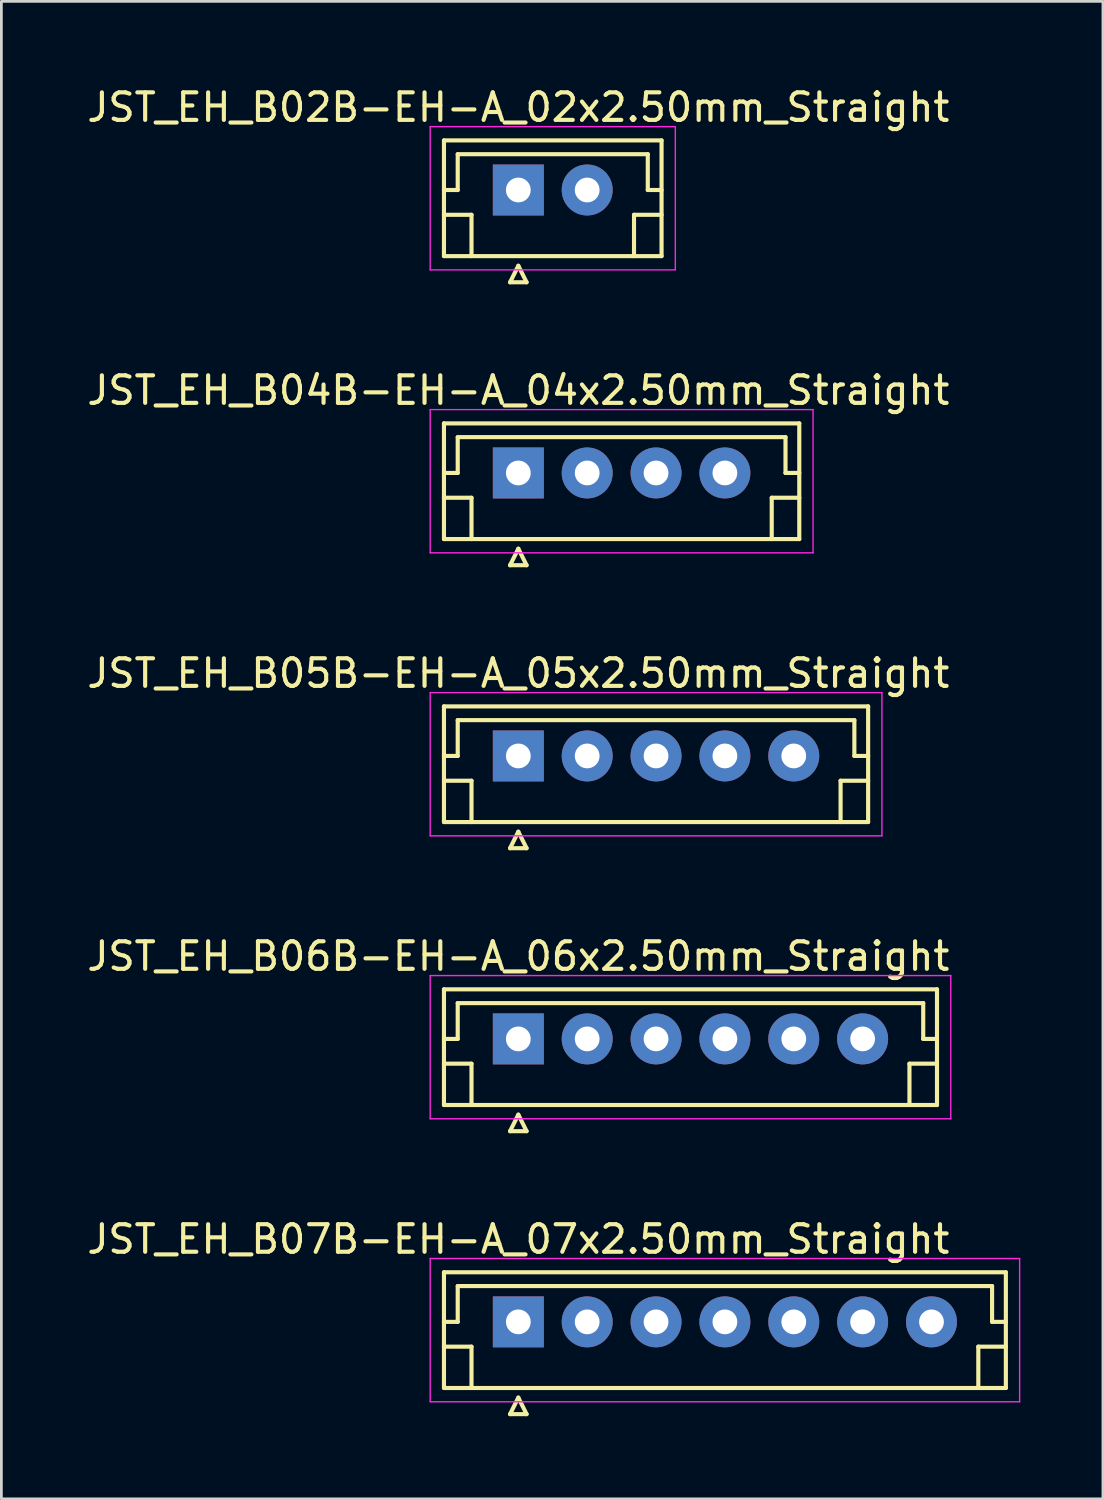
<source format=kicad_pcb>
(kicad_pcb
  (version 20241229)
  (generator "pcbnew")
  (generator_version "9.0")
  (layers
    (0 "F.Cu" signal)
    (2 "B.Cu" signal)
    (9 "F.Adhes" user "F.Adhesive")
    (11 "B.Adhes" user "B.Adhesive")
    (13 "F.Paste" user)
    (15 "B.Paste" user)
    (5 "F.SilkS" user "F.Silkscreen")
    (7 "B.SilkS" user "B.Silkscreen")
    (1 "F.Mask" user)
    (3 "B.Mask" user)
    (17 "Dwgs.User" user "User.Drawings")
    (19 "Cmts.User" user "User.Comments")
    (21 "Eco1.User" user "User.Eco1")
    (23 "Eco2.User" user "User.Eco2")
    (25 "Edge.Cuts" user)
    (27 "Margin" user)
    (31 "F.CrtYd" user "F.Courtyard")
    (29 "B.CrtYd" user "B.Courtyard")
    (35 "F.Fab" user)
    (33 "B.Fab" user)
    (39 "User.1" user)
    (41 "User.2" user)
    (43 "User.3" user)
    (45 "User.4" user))
  (footprint "JST_EH_B02B-EH-A_02x2.50mm_Straight"
    (layer "F.Cu")
    (at 15.768 3.848)
    (property "Reference" "JST_EH_B02B-EH-A_02x2.50mm_Straight" (at 0 -3 0) (layer "F.SilkS") (effects (font (size 1 1) (thickness 0.15))))
    (attr through_hole)
    (fp_line (start -2.7 -1.8) (end -2.7 2.4) (stroke (width 0.15) (type solid)) (layer "F.SilkS"))
    (fp_line (start -2.7 0) (end -2.2 0) (stroke (width 0.15) (type solid)) (layer "F.SilkS"))
    (fp_line (start -2.7 0.9) (end -1.7 0.9) (stroke (width 0.15) (type solid)) (layer "F.SilkS"))
    (fp_line (start -2.7 2.4) (end 5.2 2.4) (stroke (width 0.15) (type solid)) (layer "F.SilkS"))
    (fp_line (start -2.2 -1.3) (end 4.7 -1.3) (stroke (width 0.15) (type solid)) (layer "F.SilkS"))
    (fp_line (start -2.2 0) (end -2.2 -1.3) (stroke (width 0.15) (type solid)) (layer "F.SilkS"))
    (fp_line (start -1.7 0.9) (end -1.7 2.4) (stroke (width 0.15) (type solid)) (layer "F.SilkS"))
    (fp_line (start -0.3 3.35) (end 0.3 3.35) (stroke (width 0.15) (type solid)) (layer "F.SilkS"))
    (fp_line (start 0 2.75) (end -0.3 3.35) (stroke (width 0.15) (type solid)) (layer "F.SilkS"))
    (fp_line (start 0.3 3.35) (end 0 2.75) (stroke (width 0.15) (type solid)) (layer "F.SilkS"))
    (fp_line (start 4.2 0.9) (end 4.2 2.4) (stroke (width 0.15) (type solid)) (layer "F.SilkS"))
    (fp_line (start 4.7 -1.3) (end 4.7 0) (stroke (width 0.15) (type solid)) (layer "F.SilkS"))
    (fp_line (start 4.7 0) (end 5.2 0) (stroke (width 0.15) (type solid)) (layer "F.SilkS"))
    (fp_line (start 5.2 -1.8) (end -2.7 -1.8) (stroke (width 0.15) (type solid)) (layer "F.SilkS"))
    (fp_line (start 5.2 0.9) (end 4.2 0.9) (stroke (width 0.15) (type solid)) (layer "F.SilkS"))
    (fp_line (start 5.2 2.4) (end 5.2 -1.8) (stroke (width 0.15) (type solid)) (layer "F.SilkS"))
    (fp_line (start -3.2 -2.3) (end -3.2 2.9) (stroke (width 0.05) (type solid)) (layer "F.CrtYd"))
    (fp_line (start -3.2 2.9) (end 5.7 2.9) (stroke (width 0.05) (type solid)) (layer "F.CrtYd"))
    (fp_line (start 5.7 -2.3) (end -3.2 -2.3) (stroke (width 0.05) (type solid)) (layer "F.CrtYd"))
    (fp_line (start 5.7 2.9) (end 5.7 -2.3) (stroke (width 0.05) (type solid)) (layer "F.CrtYd"))
    (pad "1" thru_hole rect (at 0 0) (size 1.85 1.85) (drill 0.9) (layers "*.Cu" "*.Mask"))
    (pad "2" thru_hole circle (at 2.5 0) (size 1.85 1.85) (drill 0.9) (layers "*.Cu" "*.Mask")))
  (footprint "JST_EH_B07B-EH-A_07x2.50mm_Straight"
    (layer "F.Cu")
    (at 15.768 44.941)
    (property "Reference" "JST_EH_B07B-EH-A_07x2.50mm_Straight" (at 0 -3 0) (layer "F.SilkS") (effects (font (size 1 1) (thickness 0.15))))
    (attr through_hole)
    (fp_line (start -2.7 -1.8) (end -2.7 2.4) (stroke (width 0.15) (type solid)) (layer "F.SilkS"))
    (fp_line (start -2.7 0) (end -2.2 0) (stroke (width 0.15) (type solid)) (layer "F.SilkS"))
    (fp_line (start -2.7 0.9) (end -1.7 0.9) (stroke (width 0.15) (type solid)) (layer "F.SilkS"))
    (fp_line (start -2.7 2.4) (end 17.7 2.4) (stroke (width 0.15) (type solid)) (layer "F.SilkS"))
    (fp_line (start -2.2 -1.3) (end 17.2 -1.3) (stroke (width 0.15) (type solid)) (layer "F.SilkS"))
    (fp_line (start -2.2 0) (end -2.2 -1.3) (stroke (width 0.15) (type solid)) (layer "F.SilkS"))
    (fp_line (start -1.7 0.9) (end -1.7 2.4) (stroke (width 0.15) (type solid)) (layer "F.SilkS"))
    (fp_line (start -0.3 3.35) (end 0.3 3.35) (stroke (width 0.15) (type solid)) (layer "F.SilkS"))
    (fp_line (start 0 2.75) (end -0.3 3.35) (stroke (width 0.15) (type solid)) (layer "F.SilkS"))
    (fp_line (start 0.3 3.35) (end 0 2.75) (stroke (width 0.15) (type solid)) (layer "F.SilkS"))
    (fp_line (start 16.7 0.9) (end 16.7 2.4) (stroke (width 0.15) (type solid)) (layer "F.SilkS"))
    (fp_line (start 17.2 -1.3) (end 17.2 0) (stroke (width 0.15) (type solid)) (layer "F.SilkS"))
    (fp_line (start 17.2 0) (end 17.7 0) (stroke (width 0.15) (type solid)) (layer "F.SilkS"))
    (fp_line (start 17.7 -1.8) (end -2.7 -1.8) (stroke (width 0.15) (type solid)) (layer "F.SilkS"))
    (fp_line (start 17.7 0.9) (end 16.7 0.9) (stroke (width 0.15) (type solid)) (layer "F.SilkS"))
    (fp_line (start 17.7 2.4) (end 17.7 -1.8) (stroke (width 0.15) (type solid)) (layer "F.SilkS"))
    (fp_line (start -3.2 -2.3) (end -3.2 2.9) (stroke (width 0.05) (type solid)) (layer "F.CrtYd"))
    (fp_line (start -3.2 2.9) (end 18.2 2.9) (stroke (width 0.05) (type solid)) (layer "F.CrtYd"))
    (fp_line (start 18.2 -2.3) (end -3.2 -2.3) (stroke (width 0.05) (type solid)) (layer "F.CrtYd"))
    (fp_line (start 18.2 2.9) (end 18.2 -2.3) (stroke (width 0.05) (type solid)) (layer "F.CrtYd"))
    (pad "1" thru_hole rect (at 0 0) (size 1.85 1.85) (drill 0.9) (layers "*.Cu" "*.Mask"))
    (pad "2" thru_hole circle (at 2.5 0) (size 1.85 1.85) (drill 0.9) (layers "*.Cu" "*.Mask"))
    (pad "3" thru_hole circle (at 5 0) (size 1.85 1.85) (drill 0.9) (layers "*.Cu" "*.Mask"))
    (pad "4" thru_hole circle (at 7.5 0) (size 1.85 1.85) (drill 0.9) (layers "*.Cu" "*.Mask"))
    (pad "5" thru_hole circle (at 10 0) (size 1.85 1.85) (drill 0.9) (layers "*.Cu" "*.Mask"))
    (pad "6" thru_hole circle (at 12.5 0) (size 1.85 1.85) (drill 0.9) (layers "*.Cu" "*.Mask"))
    (pad "7" thru_hole circle (at 15 0) (size 1.85 1.85) (drill 0.9) (layers "*.Cu" "*.Mask")))
  (footprint "JST_EH_B05B-EH-A_05x2.50mm_Straight"
    (layer "F.Cu")
    (at 15.768 24.395)
    (property "Reference" "JST_EH_B05B-EH-A_05x2.50mm_Straight" (at 0 -3 0) (layer "F.SilkS") (effects (font (size 1 1) (thickness 0.15))))
    (attr through_hole)
    (fp_line (start -2.7 -1.8) (end -2.7 2.4) (stroke (width 0.15) (type solid)) (layer "F.SilkS"))
    (fp_line (start -2.7 0) (end -2.2 0) (stroke (width 0.15) (type solid)) (layer "F.SilkS"))
    (fp_line (start -2.7 0.9) (end -1.7 0.9) (stroke (width 0.15) (type solid)) (layer "F.SilkS"))
    (fp_line (start -2.7 2.4) (end 12.7 2.4) (stroke (width 0.15) (type solid)) (layer "F.SilkS"))
    (fp_line (start -2.2 -1.3) (end 12.2 -1.3) (stroke (width 0.15) (type solid)) (layer "F.SilkS"))
    (fp_line (start -2.2 0) (end -2.2 -1.3) (stroke (width 0.15) (type solid)) (layer "F.SilkS"))
    (fp_line (start -1.7 0.9) (end -1.7 2.4) (stroke (width 0.15) (type solid)) (layer "F.SilkS"))
    (fp_line (start -0.3 3.35) (end 0.3 3.35) (stroke (width 0.15) (type solid)) (layer "F.SilkS"))
    (fp_line (start 0 2.75) (end -0.3 3.35) (stroke (width 0.15) (type solid)) (layer "F.SilkS"))
    (fp_line (start 0.3 3.35) (end 0 2.75) (stroke (width 0.15) (type solid)) (layer "F.SilkS"))
    (fp_line (start 11.7 0.9) (end 11.7 2.4) (stroke (width 0.15) (type solid)) (layer "F.SilkS"))
    (fp_line (start 12.2 -1.3) (end 12.2 0) (stroke (width 0.15) (type solid)) (layer "F.SilkS"))
    (fp_line (start 12.2 0) (end 12.7 0) (stroke (width 0.15) (type solid)) (layer "F.SilkS"))
    (fp_line (start 12.7 -1.8) (end -2.7 -1.8) (stroke (width 0.15) (type solid)) (layer "F.SilkS"))
    (fp_line (start 12.7 0.9) (end 11.7 0.9) (stroke (width 0.15) (type solid)) (layer "F.SilkS"))
    (fp_line (start 12.7 2.4) (end 12.7 -1.8) (stroke (width 0.15) (type solid)) (layer "F.SilkS"))
    (fp_line (start -3.2 -2.3) (end -3.2 2.9) (stroke (width 0.05) (type solid)) (layer "F.CrtYd"))
    (fp_line (start -3.2 2.9) (end 13.2 2.9) (stroke (width 0.05) (type solid)) (layer "F.CrtYd"))
    (fp_line (start 13.2 -2.3) (end -3.2 -2.3) (stroke (width 0.05) (type solid)) (layer "F.CrtYd"))
    (fp_line (start 13.2 2.9) (end 13.2 -2.3) (stroke (width 0.05) (type solid)) (layer "F.CrtYd"))
    (pad "1" thru_hole rect (at 0 0) (size 1.85 1.85) (drill 0.9) (layers "*.Cu" "*.Mask"))
    (pad "2" thru_hole circle (at 2.5 0) (size 1.85 1.85) (drill 0.9) (layers "*.Cu" "*.Mask"))
    (pad "3" thru_hole circle (at 5 0) (size 1.85 1.85) (drill 0.9) (layers "*.Cu" "*.Mask"))
    (pad "4" thru_hole circle (at 7.5 0) (size 1.85 1.85) (drill 0.9) (layers "*.Cu" "*.Mask"))
    (pad "5" thru_hole circle (at 10 0) (size 1.85 1.85) (drill 0.9) (layers "*.Cu" "*.Mask")))
  (footprint "JST_EH_B04B-EH-A_04x2.50mm_Straight"
    (layer "F.Cu")
    (at 15.768 14.121)
    (property "Reference" "JST_EH_B04B-EH-A_04x2.50mm_Straight" (at 0 -3 0) (layer "F.SilkS") (effects (font (size 1 1) (thickness 0.15))))
    (attr through_hole)
    (fp_line (start -2.7 -1.8) (end -2.7 2.4) (stroke (width 0.15) (type solid)) (layer "F.SilkS"))
    (fp_line (start -2.7 0) (end -2.2 0) (stroke (width 0.15) (type solid)) (layer "F.SilkS"))
    (fp_line (start -2.7 0.9) (end -1.7 0.9) (stroke (width 0.15) (type solid)) (layer "F.SilkS"))
    (fp_line (start -2.7 2.4) (end 10.2 2.4) (stroke (width 0.15) (type solid)) (layer "F.SilkS"))
    (fp_line (start -2.2 -1.3) (end 9.7 -1.3) (stroke (width 0.15) (type solid)) (layer "F.SilkS"))
    (fp_line (start -2.2 0) (end -2.2 -1.3) (stroke (width 0.15) (type solid)) (layer "F.SilkS"))
    (fp_line (start -1.7 0.9) (end -1.7 2.4) (stroke (width 0.15) (type solid)) (layer "F.SilkS"))
    (fp_line (start -0.3 3.35) (end 0.3 3.35) (stroke (width 0.15) (type solid)) (layer "F.SilkS"))
    (fp_line (start 0 2.75) (end -0.3 3.35) (stroke (width 0.15) (type solid)) (layer "F.SilkS"))
    (fp_line (start 0.3 3.35) (end 0 2.75) (stroke (width 0.15) (type solid)) (layer "F.SilkS"))
    (fp_line (start 9.2 0.9) (end 9.2 2.4) (stroke (width 0.15) (type solid)) (layer "F.SilkS"))
    (fp_line (start 9.7 -1.3) (end 9.7 0) (stroke (width 0.15) (type solid)) (layer "F.SilkS"))
    (fp_line (start 9.7 0) (end 10.2 0) (stroke (width 0.15) (type solid)) (layer "F.SilkS"))
    (fp_line (start 10.2 -1.8) (end -2.7 -1.8) (stroke (width 0.15) (type solid)) (layer "F.SilkS"))
    (fp_line (start 10.2 0.9) (end 9.2 0.9) (stroke (width 0.15) (type solid)) (layer "F.SilkS"))
    (fp_line (start 10.2 2.4) (end 10.2 -1.8) (stroke (width 0.15) (type solid)) (layer "F.SilkS"))
    (fp_line (start -3.2 -2.3) (end -3.2 2.9) (stroke (width 0.05) (type solid)) (layer "F.CrtYd"))
    (fp_line (start -3.2 2.9) (end 10.7 2.9) (stroke (width 0.05) (type solid)) (layer "F.CrtYd"))
    (fp_line (start 10.7 -2.3) (end -3.2 -2.3) (stroke (width 0.05) (type solid)) (layer "F.CrtYd"))
    (fp_line (start 10.7 2.9) (end 10.7 -2.3) (stroke (width 0.05) (type solid)) (layer "F.CrtYd"))
    (pad "1" thru_hole rect (at 0 0) (size 1.85 1.85) (drill 0.9) (layers "*.Cu" "*.Mask"))
    (pad "2" thru_hole circle (at 2.5 0) (size 1.85 1.85) (drill 0.9) (layers "*.Cu" "*.Mask"))
    (pad "3" thru_hole circle (at 5 0) (size 1.85 1.85) (drill 0.9) (layers "*.Cu" "*.Mask"))
    (pad "4" thru_hole circle (at 7.5 0) (size 1.85 1.85) (drill 0.9) (layers "*.Cu" "*.Mask")))
  (footprint "JST_EH_B06B-EH-A_06x2.50mm_Straight"
    (layer "F.Cu")
    (at 15.768 34.668)
    (property "Reference" "JST_EH_B06B-EH-A_06x2.50mm_Straight" (at 0 -3 0) (layer "F.SilkS") (effects (font (size 1 1) (thickness 0.15))))
    (attr through_hole)
    (fp_line (start -2.7 -1.8) (end -2.7 2.4) (stroke (width 0.15) (type solid)) (layer "F.SilkS"))
    (fp_line (start -2.7 0) (end -2.2 0) (stroke (width 0.15) (type solid)) (layer "F.SilkS"))
    (fp_line (start -2.7 0.9) (end -1.7 0.9) (stroke (width 0.15) (type solid)) (layer "F.SilkS"))
    (fp_line (start -2.7 2.4) (end 15.2 2.4) (stroke (width 0.15) (type solid)) (layer "F.SilkS"))
    (fp_line (start -2.2 -1.3) (end 14.7 -1.3) (stroke (width 0.15) (type solid)) (layer "F.SilkS"))
    (fp_line (start -2.2 0) (end -2.2 -1.3) (stroke (width 0.15) (type solid)) (layer "F.SilkS"))
    (fp_line (start -1.7 0.9) (end -1.7 2.4) (stroke (width 0.15) (type solid)) (layer "F.SilkS"))
    (fp_line (start -0.3 3.35) (end 0.3 3.35) (stroke (width 0.15) (type solid)) (layer "F.SilkS"))
    (fp_line (start 0 2.75) (end -0.3 3.35) (stroke (width 0.15) (type solid)) (layer "F.SilkS"))
    (fp_line (start 0.3 3.35) (end 0 2.75) (stroke (width 0.15) (type solid)) (layer "F.SilkS"))
    (fp_line (start 14.2 0.9) (end 14.2 2.4) (stroke (width 0.15) (type solid)) (layer "F.SilkS"))
    (fp_line (start 14.7 -1.3) (end 14.7 0) (stroke (width 0.15) (type solid)) (layer "F.SilkS"))
    (fp_line (start 14.7 0) (end 15.2 0) (stroke (width 0.15) (type solid)) (layer "F.SilkS"))
    (fp_line (start 15.2 -1.8) (end -2.7 -1.8) (stroke (width 0.15) (type solid)) (layer "F.SilkS"))
    (fp_line (start 15.2 0.9) (end 14.2 0.9) (stroke (width 0.15) (type solid)) (layer "F.SilkS"))
    (fp_line (start 15.2 2.4) (end 15.2 -1.8) (stroke (width 0.15) (type solid)) (layer "F.SilkS"))
    (fp_line (start -3.2 -2.3) (end -3.2 2.9) (stroke (width 0.05) (type solid)) (layer "F.CrtYd"))
    (fp_line (start -3.2 2.9) (end 15.7 2.9) (stroke (width 0.05) (type solid)) (layer "F.CrtYd"))
    (fp_line (start 15.7 -2.3) (end -3.2 -2.3) (stroke (width 0.05) (type solid)) (layer "F.CrtYd"))
    (fp_line (start 15.7 2.9) (end 15.7 -2.3) (stroke (width 0.05) (type solid)) (layer "F.CrtYd"))
    (pad "1" thru_hole rect (at 0 0) (size 1.85 1.85) (drill 0.9) (layers "*.Cu" "*.Mask"))
    (pad "2" thru_hole circle (at 2.5 0) (size 1.85 1.85) (drill 0.9) (layers "*.Cu" "*.Mask"))
    (pad "3" thru_hole circle (at 5 0) (size 1.85 1.85) (drill 0.9) (layers "*.Cu" "*.Mask"))
    (pad "4" thru_hole circle (at 7.5 0) (size 1.85 1.85) (drill 0.9) (layers "*.Cu" "*.Mask"))
    (pad "5" thru_hole circle (at 10 0) (size 1.85 1.85) (drill 0.9) (layers "*.Cu" "*.Mask"))
    (pad "6" thru_hole circle (at 12.5 0) (size 1.85 1.85) (drill 0.9) (layers "*.Cu" "*.Mask")))
  (gr_rect
    (start -3 -3)
    (end 36.993 51.366)
    (stroke (width 0.1) (type default))
    (fill no)
    (layer "Edge.Cuts")))
</source>
